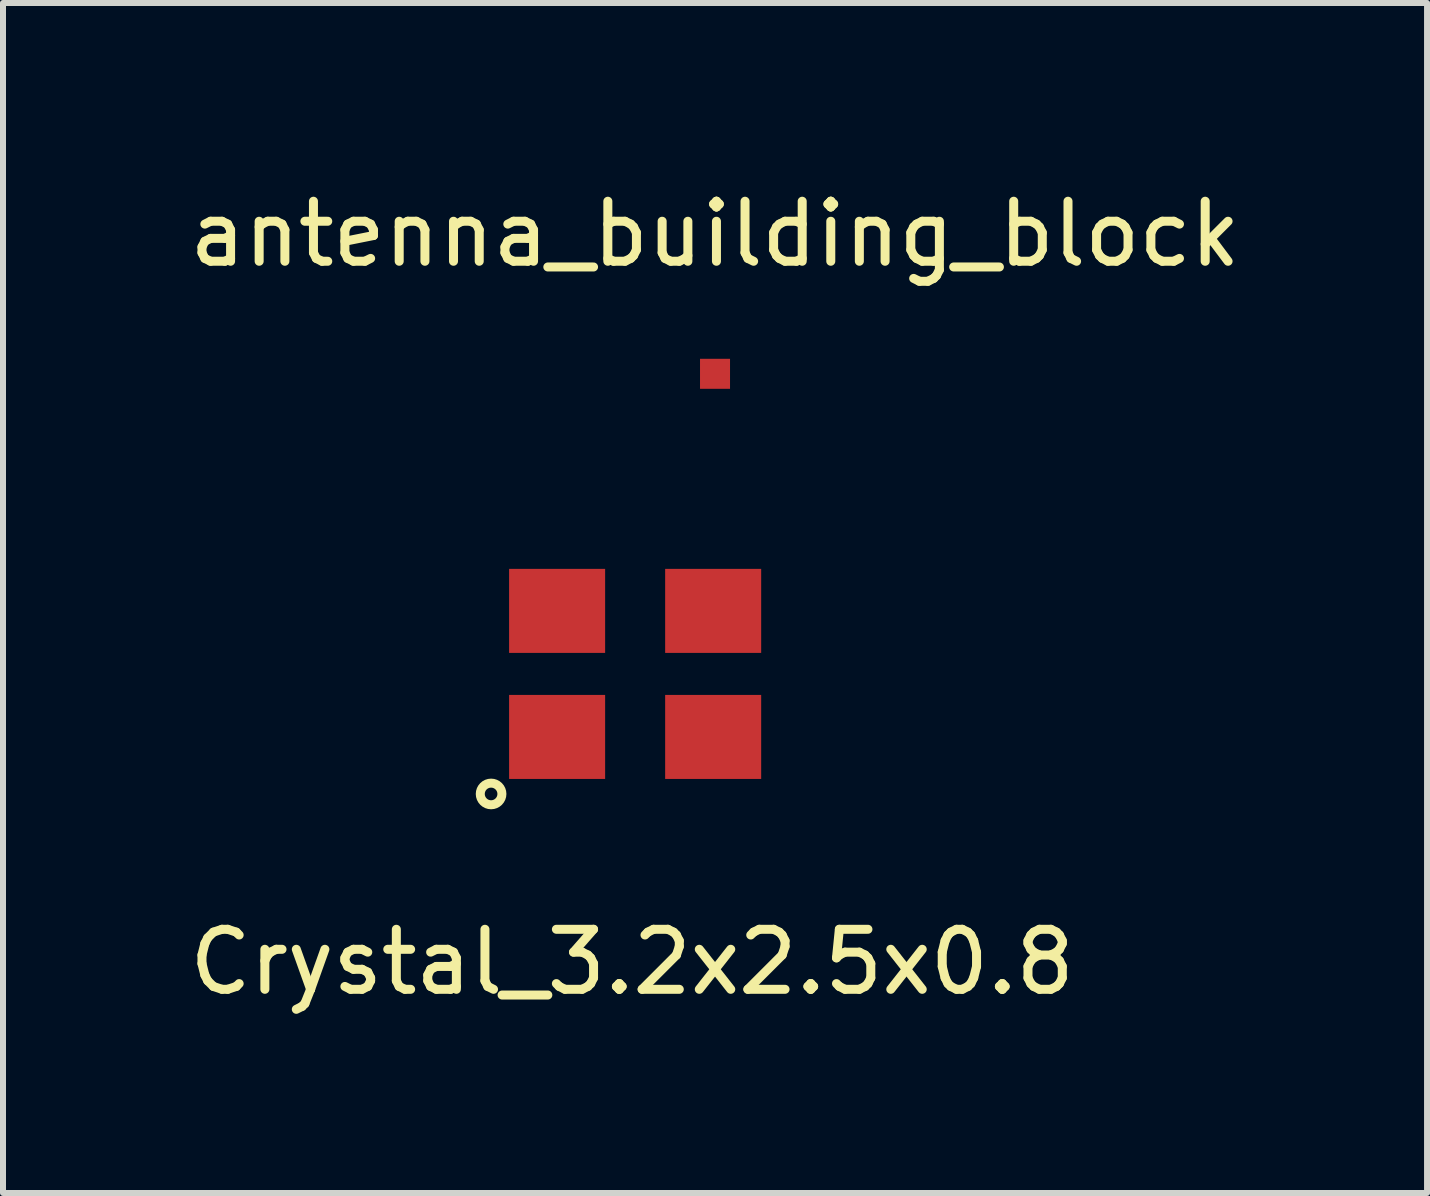
<source format=kicad_pcb>
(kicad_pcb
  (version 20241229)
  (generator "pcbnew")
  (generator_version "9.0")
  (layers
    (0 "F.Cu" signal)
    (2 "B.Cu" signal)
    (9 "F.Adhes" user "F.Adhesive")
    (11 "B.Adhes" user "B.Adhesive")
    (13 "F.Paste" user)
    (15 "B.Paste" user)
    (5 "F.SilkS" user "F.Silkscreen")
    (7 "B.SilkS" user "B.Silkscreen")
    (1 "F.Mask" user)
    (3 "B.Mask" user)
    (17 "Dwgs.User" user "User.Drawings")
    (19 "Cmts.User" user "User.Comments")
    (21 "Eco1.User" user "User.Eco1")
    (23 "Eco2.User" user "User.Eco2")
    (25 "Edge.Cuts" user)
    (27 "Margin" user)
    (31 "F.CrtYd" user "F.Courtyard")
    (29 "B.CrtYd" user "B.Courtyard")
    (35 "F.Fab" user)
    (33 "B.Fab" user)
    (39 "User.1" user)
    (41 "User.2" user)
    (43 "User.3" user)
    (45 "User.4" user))
  (footprint "antenna_building_block"
    (layer "F.Cu")
    (at 8.863 3.178)
    (property "Reference" "antenna_building_block" (at 0 -2.33 0) (layer "F.SilkS") (effects (font (size 1 1) (thickness 0.15))))
    (attr through_hole)
    (pad "1" smd rect (at 0 0) (size 0.5 0.5) (layers "F.Cu")))
  (footprint "Crystal_3.2x2.5x0.8"
    (layer "F.Cu")
    (at 7.532 8.178)
    (property "Reference" "Crystal_3.2x2.5x0.8" (at -0.05 4.8 0) (layer "F.SilkS") (effects (font (size 1 1) (thickness 0.15))))
    (attr through_hole)
    (fp_circle (center -2.4 2) (end -2.25 2.1) (stroke (width 0.15) (type solid)) (fill no) (layer "F.SilkS"))
    (pad "1" smd rect (at -1.3 1.05) (size 1.6 1.4) (layers "F.Cu" "F.Mask" "F.Paste"))
    (pad "2" smd rect (at 1.3 1.05) (size 1.6 1.4) (layers "F.Cu" "F.Mask" "F.Paste"))
    (pad "3" smd rect (at 1.3 -1.05) (size 1.6 1.4) (layers "F.Cu" "F.Mask" "F.Paste"))
    (pad "4" smd rect (at -1.3 -1.05) (size 1.6 1.4) (layers "F.Cu" "F.Mask" "F.Paste")))
  (gr_rect
    (start -3 -3)
    (end 20.726 16.826)
    (stroke (width 0.1) (type default))
    (fill no)
    (layer "Edge.Cuts")))
</source>
